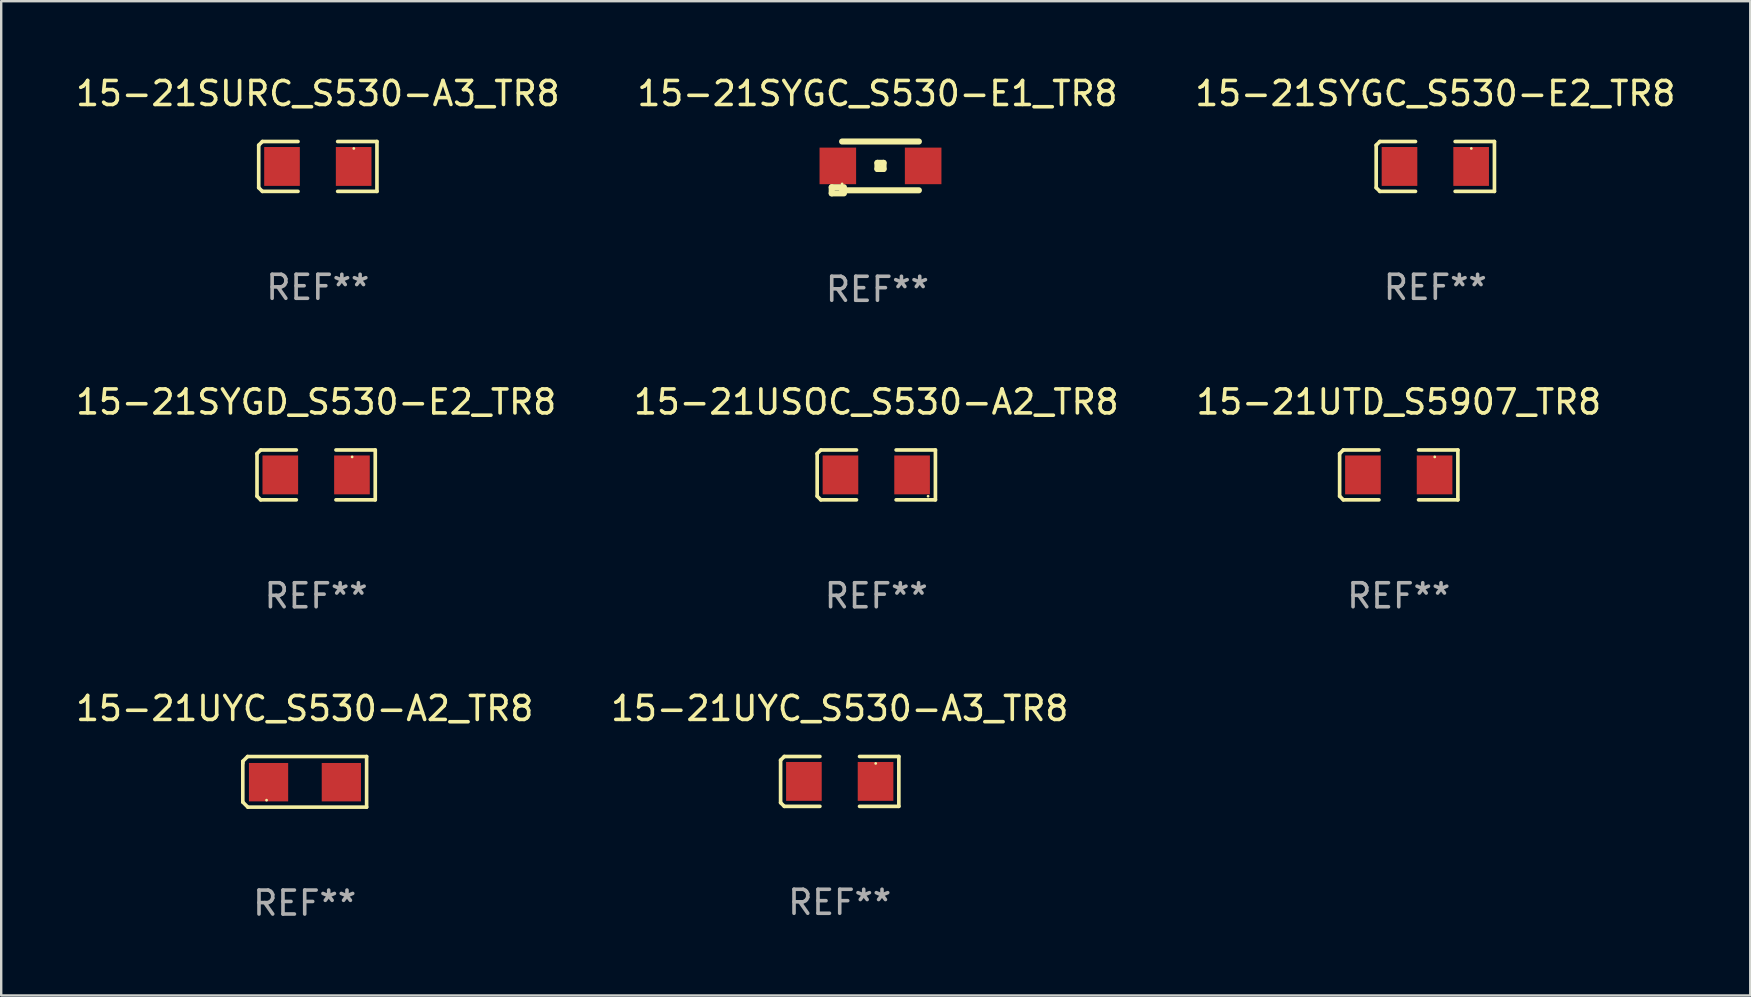
<source format=kicad_pcb>
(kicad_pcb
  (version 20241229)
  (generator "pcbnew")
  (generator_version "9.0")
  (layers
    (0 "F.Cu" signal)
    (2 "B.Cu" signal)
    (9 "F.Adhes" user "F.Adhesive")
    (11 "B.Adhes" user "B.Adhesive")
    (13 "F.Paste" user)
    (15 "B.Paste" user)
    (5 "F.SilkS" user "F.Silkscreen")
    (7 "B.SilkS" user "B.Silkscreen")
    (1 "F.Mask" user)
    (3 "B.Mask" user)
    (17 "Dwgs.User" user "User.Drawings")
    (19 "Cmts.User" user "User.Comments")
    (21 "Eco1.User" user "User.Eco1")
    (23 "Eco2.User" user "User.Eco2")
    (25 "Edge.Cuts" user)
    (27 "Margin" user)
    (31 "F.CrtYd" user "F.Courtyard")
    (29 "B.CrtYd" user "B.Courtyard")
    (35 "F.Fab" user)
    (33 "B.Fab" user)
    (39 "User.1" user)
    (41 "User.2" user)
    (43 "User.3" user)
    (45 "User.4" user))
  (footprint "15-21USOC_S530-A2_TR8"
    (layer "F.Cu")
    (at 33.47 16.742)
    (property "Reference" "15-21USOC_S530-A2_TR8" (at 0 -3.039 0) (layer "F.SilkS") (effects (font (size 1 1) (thickness 0.15))))
    (attr through_hole)
    (fp_line (start -2.464 -0.886) (end -2.311 -1.039) (stroke (width 0.152) (type solid)) (layer "F.SilkS"))
    (fp_line (start -2.464 0.886) (end -2.464 -0.886) (stroke (width 0.152) (type solid)) (layer "F.SilkS"))
    (fp_line (start -2.311 -1.039) (end -0.826 -1.039) (stroke (width 0.152) (type solid)) (layer "F.SilkS"))
    (fp_line (start -2.311 1.039) (end -2.464 0.886) (stroke (width 0.152) (type solid)) (layer "F.SilkS"))
    (fp_line (start -0.826 1.039) (end -2.311 1.039) (stroke (width 0.152) (type solid)) (layer "F.SilkS"))
    (fp_line (start 0.826 1.039) (end 2.464 1.039) (stroke (width 0.152) (type solid)) (layer "F.SilkS"))
    (fp_line (start 2.464 -1.039) (end 0.826 -1.039) (stroke (width 0.152) (type solid)) (layer "F.SilkS"))
    (fp_line (start 2.464 1.039) (end 2.464 -1.039) (stroke (width 0.152) (type solid)) (layer "F.SilkS"))
    (fp_circle (center 2.159 0.889) (end 2.189 0.889) (stroke (width 0.06) (type solid)) (fill no) (layer "F.SilkS"))
    (fp_text user "REF**" (at 0 5.039 0) (layer "F.Fab") (effects (font (size 1 1) (thickness 0.15))))
    (pad "1" smd rect (at 1.492 0) (size 1.485 1.62) (layers "F.Cu" "F.Mask" "F.Paste"))
    (pad "2" smd rect (at -1.493 0) (size 1.485 1.62) (layers "F.Cu" "F.Mask" "F.Paste")))
  (footprint "15-21UYC_S530-A2_TR8"
    (layer "F.Cu")
    (at 9.649 29.533)
    (property "Reference" "15-21UYC_S530-A2_TR8" (at 0 -3.055 0) (layer "F.SilkS") (effects (font (size 1 1) (thickness 0.15))))
    (attr through_hole)
    (fp_line (start -2.58 -0.855) (end -2.38 -1.055) (stroke (width 0.15) (type solid)) (layer "F.SilkS"))
    (fp_line (start -2.58 -0.775) (end -2.58 -0.855) (stroke (width 0.15) (type solid)) (layer "F.SilkS"))
    (fp_line (start -2.58 -0.775) (end -2.58 0.845) (stroke (width 0.15) (type solid)) (layer "F.SilkS"))
    (fp_line (start -2.58 0.845) (end -2.37 1.055) (stroke (width 0.15) (type solid)) (layer "F.SilkS"))
    (fp_line (start -2.38 -1.055) (end 2.58 -1.055) (stroke (width 0.15) (type solid)) (layer "F.SilkS"))
    (fp_line (start 2.58 -1.055) (end 2.58 1.055) (stroke (width 0.15) (type solid)) (layer "F.SilkS"))
    (fp_line (start 2.58 1.055) (end -2.37 1.055) (stroke (width 0.15) (type solid)) (layer "F.SilkS"))
    (fp_circle (center -1.59 0.765) (end -1.56 0.765) (stroke (width 0.06) (type solid)) (fill no) (layer "F.SilkS"))
    (fp_text user "REF**" (at 0 5.055 0) (layer "F.Fab") (effects (font (size 1 1) (thickness 0.15))))
    (pad "1" smd rect (at -1.507 0.015) (size 1.635 1.6) (layers "F.Cu" "F.Mask" "F.Paste"))
    (pad "2" smd rect (at 1.527 0.015) (size 1.635 1.6) (layers "F.Cu" "F.Mask" "F.Paste")))
  (footprint "15-21SYGC_S530-E1_TR8"
    (layer "F.Cu")
    (at 33.518 3.928)
    (property "Reference" "15-21SYGC_S530-E1_TR8" (at 0 -3.08 0) (layer "F.SilkS") (effects (font (size 1 1) (thickness 0.15))))
    (attr through_hole)
    (fp_line (start -1.905 0.826) (end -1.397 0.826) (stroke (width 0.254) (type solid)) (layer "F.SilkS"))
    (fp_line (start -1.905 1.08) (end -1.905 0.826) (stroke (width 0.254) (type solid)) (layer "F.SilkS"))
    (fp_line (start -1.473 -1.08) (end 1.727 -1.08) (stroke (width 0.254) (type solid)) (layer "F.SilkS"))
    (fp_line (start -1.473 0.953) (end 1.727 0.953) (stroke (width 0.254) (type solid)) (layer "F.SilkS"))
    (fp_line (start -1.397 1.08) (end -1.905 1.08) (stroke (width 0.254) (type solid)) (layer "F.SilkS"))
    (fp_line (start 0 -0.191) (end 0.254 -0.191) (stroke (width 0.254) (type solid)) (layer "F.SilkS"))
    (fp_line (start 0 0.064) (end 0 -0.191) (stroke (width 0.254) (type solid)) (layer "F.SilkS"))
    (fp_line (start 0.254 -0.191) (end 0.254 0.064) (stroke (width 0.254) (type solid)) (layer "F.SilkS"))
    (fp_line (start 0.254 0.064) (end 0 0.064) (stroke (width 0.254) (type solid)) (layer "F.SilkS"))
    (fp_circle (center -1.473 0.687) (end -1.443 0.687) (stroke (width 0.06) (type solid)) (fill no) (layer "F.SilkS"))
    (fp_text user "REF**" (at 0 5.08 0) (layer "F.Fab") (effects (font (size 1 1) (thickness 0.15))))
    (pad "1" smd rect (at -1.651 -0.064) (size 1.524 1.524) (layers "F.Cu" "F.Mask" "F.Paste"))
    (pad "2" smd rect (at 1.905 -0.064) (size 1.524 1.524) (layers "F.Cu" "F.Mask" "F.Paste")))
  (footprint "15-21UYC_S530-A3_TR8"
    (layer "F.Cu")
    (at 31.946 29.516)
    (property "Reference" "15-21UYC_S530-A3_TR8" (at 0 -3.039 0) (layer "F.SilkS") (effects (font (size 1 1) (thickness 0.15))))
    (attr through_hole)
    (fp_line (start -2.464 -0.886) (end -2.311 -1.039) (stroke (width 0.152) (type solid)) (layer "F.SilkS"))
    (fp_line (start -2.464 0.886) (end -2.464 -0.886) (stroke (width 0.152) (type solid)) (layer "F.SilkS"))
    (fp_line (start -2.311 -1.039) (end -0.826 -1.039) (stroke (width 0.152) (type solid)) (layer "F.SilkS"))
    (fp_line (start -2.311 1.039) (end -2.464 0.886) (stroke (width 0.152) (type solid)) (layer "F.SilkS"))
    (fp_line (start -0.826 1.039) (end -2.311 1.039) (stroke (width 0.152) (type solid)) (layer "F.SilkS"))
    (fp_line (start 0.826 1.039) (end 2.464 1.039) (stroke (width 0.152) (type solid)) (layer "F.SilkS"))
    (fp_line (start 2.464 -1.039) (end 0.826 -1.039) (stroke (width 0.152) (type solid)) (layer "F.SilkS"))
    (fp_line (start 2.464 1.039) (end 2.464 -1.039) (stroke (width 0.152) (type solid)) (layer "F.SilkS"))
    (fp_circle (center 1.5 -0.75) (end 1.53 -0.75) (stroke (width 0.06) (type solid)) (fill no) (layer "F.SilkS"))
    (fp_text user "REF**" (at 0 5.039 0) (layer "F.Fab") (effects (font (size 1 1) (thickness 0.15))))
    (pad "1" smd rect (at 1.493 0) (size 1.485 1.62) (layers "F.Cu" "F.Mask" "F.Paste"))
    (pad "2" smd rect (at -1.493 0) (size 1.485 1.62) (layers "F.Cu" "F.Mask" "F.Paste")))
  (footprint "15-21SYGD_S530-E2_TR8"
    (layer "F.Cu")
    (at 10.125 16.742)
    (property "Reference" "15-21SYGD_S530-E2_TR8" (at 0 -3.039 0) (layer "F.SilkS") (effects (font (size 1 1) (thickness 0.15))))
    (attr through_hole)
    (fp_line (start -2.464 -0.886) (end -2.311 -1.039) (stroke (width 0.152) (type solid)) (layer "F.SilkS"))
    (fp_line (start -2.464 0.886) (end -2.464 -0.886) (stroke (width 0.152) (type solid)) (layer "F.SilkS"))
    (fp_line (start -2.311 -1.039) (end -0.826 -1.039) (stroke (width 0.152) (type solid)) (layer "F.SilkS"))
    (fp_line (start -2.311 1.039) (end -2.464 0.886) (stroke (width 0.152) (type solid)) (layer "F.SilkS"))
    (fp_line (start -0.826 1.039) (end -2.311 1.039) (stroke (width 0.152) (type solid)) (layer "F.SilkS"))
    (fp_line (start 0.826 1.039) (end 2.464 1.039) (stroke (width 0.152) (type solid)) (layer "F.SilkS"))
    (fp_line (start 2.464 -1.039) (end 0.826 -1.039) (stroke (width 0.152) (type solid)) (layer "F.SilkS"))
    (fp_line (start 2.464 1.039) (end 2.464 -1.039) (stroke (width 0.152) (type solid)) (layer "F.SilkS"))
    (fp_circle (center 1.5 -0.75) (end 1.53 -0.75) (stroke (width 0.06) (type solid)) (fill no) (layer "F.SilkS"))
    (fp_text user "REF**" (at 0 5.039 0) (layer "F.Fab") (effects (font (size 1 1) (thickness 0.15))))
    (pad "1" smd rect (at 1.493 0) (size 1.485 1.62) (layers "F.Cu" "F.Mask" "F.Paste"))
    (pad "2" smd rect (at -1.493 0) (size 1.485 1.62) (layers "F.Cu" "F.Mask" "F.Paste")))
  (footprint "15-21SURC_S530-A3_TR8"
    (layer "F.Cu")
    (at 10.196 3.887)
    (property "Reference" "15-21SURC_S530-A3_TR8" (at 0 -3.039 0) (layer "F.SilkS") (effects (font (size 1 1) (thickness 0.15))))
    (attr through_hole)
    (fp_line (start -2.464 -0.886) (end -2.311 -1.039) (stroke (width 0.152) (type solid)) (layer "F.SilkS"))
    (fp_line (start -2.464 0.886) (end -2.464 -0.886) (stroke (width 0.152) (type solid)) (layer "F.SilkS"))
    (fp_line (start -2.311 -1.039) (end -0.826 -1.039) (stroke (width 0.152) (type solid)) (layer "F.SilkS"))
    (fp_line (start -2.311 1.039) (end -2.464 0.886) (stroke (width 0.152) (type solid)) (layer "F.SilkS"))
    (fp_line (start -0.826 1.039) (end -2.311 1.039) (stroke (width 0.152) (type solid)) (layer "F.SilkS"))
    (fp_line (start 0.826 1.039) (end 2.464 1.039) (stroke (width 0.152) (type solid)) (layer "F.SilkS"))
    (fp_line (start 2.464 -1.039) (end 0.826 -1.039) (stroke (width 0.152) (type solid)) (layer "F.SilkS"))
    (fp_line (start 2.464 1.039) (end 2.464 -1.039) (stroke (width 0.152) (type solid)) (layer "F.SilkS"))
    (fp_circle (center 1.5 -0.75) (end 1.53 -0.75) (stroke (width 0.06) (type solid)) (fill no) (layer "F.SilkS"))
    (fp_text user "REF**" (at 0 5.039 0) (layer "F.Fab") (effects (font (size 1 1) (thickness 0.15))))
    (pad "1" smd rect (at 1.493 0) (size 1.485 1.62) (layers "F.Cu" "F.Mask" "F.Paste"))
    (pad "2" smd rect (at -1.493 0) (size 1.485 1.62) (layers "F.Cu" "F.Mask" "F.Paste")))
  (footprint "15-21SYGC_S530-E2_TR8"
    (layer "F.Cu")
    (at 56.768 3.887)
    (property "Reference" "15-21SYGC_S530-E2_TR8" (at 0 -3.039 0) (layer "F.SilkS") (effects (font (size 1 1) (thickness 0.15))))
    (attr through_hole)
    (fp_line (start -2.464 -0.886) (end -2.311 -1.039) (stroke (width 0.152) (type solid)) (layer "F.SilkS"))
    (fp_line (start -2.464 0.886) (end -2.464 -0.886) (stroke (width 0.152) (type solid)) (layer "F.SilkS"))
    (fp_line (start -2.311 -1.039) (end -0.826 -1.039) (stroke (width 0.152) (type solid)) (layer "F.SilkS"))
    (fp_line (start -2.311 1.039) (end -2.464 0.886) (stroke (width 0.152) (type solid)) (layer "F.SilkS"))
    (fp_line (start -0.826 1.039) (end -2.311 1.039) (stroke (width 0.152) (type solid)) (layer "F.SilkS"))
    (fp_line (start 0.826 1.039) (end 2.464 1.039) (stroke (width 0.152) (type solid)) (layer "F.SilkS"))
    (fp_line (start 2.464 -1.039) (end 0.826 -1.039) (stroke (width 0.152) (type solid)) (layer "F.SilkS"))
    (fp_line (start 2.464 1.039) (end 2.464 -1.039) (stroke (width 0.152) (type solid)) (layer "F.SilkS"))
    (fp_circle (center 1.5 -0.75) (end 1.53 -0.75) (stroke (width 0.06) (type solid)) (fill no) (layer "F.SilkS"))
    (fp_text user "REF**" (at 0 5.039 0) (layer "F.Fab") (effects (font (size 1 1) (thickness 0.15))))
    (pad "1" smd rect (at 1.493 0) (size 1.485 1.62) (layers "F.Cu" "F.Mask" "F.Paste"))
    (pad "2" smd rect (at -1.493 0) (size 1.485 1.62) (layers "F.Cu" "F.Mask" "F.Paste")))
  (footprint "15-21UTD_S5907_TR8"
    (layer "F.Cu")
    (at 55.244 16.742)
    (property "Reference" "15-21UTD_S5907_TR8" (at 0 -3.039 0) (layer "F.SilkS") (effects (font (size 1 1) (thickness 0.15))))
    (attr through_hole)
    (fp_line (start -2.464 -0.886) (end -2.311 -1.039) (stroke (width 0.152) (type solid)) (layer "F.SilkS"))
    (fp_line (start -2.464 0.886) (end -2.464 -0.886) (stroke (width 0.152) (type solid)) (layer "F.SilkS"))
    (fp_line (start -2.311 -1.039) (end -0.826 -1.039) (stroke (width 0.152) (type solid)) (layer "F.SilkS"))
    (fp_line (start -2.311 1.039) (end -2.464 0.886) (stroke (width 0.152) (type solid)) (layer "F.SilkS"))
    (fp_line (start -0.826 1.039) (end -2.311 1.039) (stroke (width 0.152) (type solid)) (layer "F.SilkS"))
    (fp_line (start 0.826 1.039) (end 2.464 1.039) (stroke (width 0.152) (type solid)) (layer "F.SilkS"))
    (fp_line (start 2.464 -1.039) (end 0.826 -1.039) (stroke (width 0.152) (type solid)) (layer "F.SilkS"))
    (fp_line (start 2.464 1.039) (end 2.464 -1.039) (stroke (width 0.152) (type solid)) (layer "F.SilkS"))
    (fp_circle (center 1.5 -0.75) (end 1.53 -0.75) (stroke (width 0.06) (type solid)) (fill no) (layer "F.SilkS"))
    (fp_text user "REF**" (at 0 5.039 0) (layer "F.Fab") (effects (font (size 1 1) (thickness 0.15))))
    (pad "1" smd rect (at 1.493 0) (size 1.485 1.62) (layers "F.Cu" "F.Mask" "F.Paste"))
    (pad "2" smd rect (at -1.493 0) (size 1.485 1.62) (layers "F.Cu" "F.Mask" "F.Paste")))
  (gr_rect
    (start -3 -3)
    (end 69.893 38.436)
    (stroke (width 0.1) (type default))
    (fill no)
    (layer "Edge.Cuts")))
</source>
